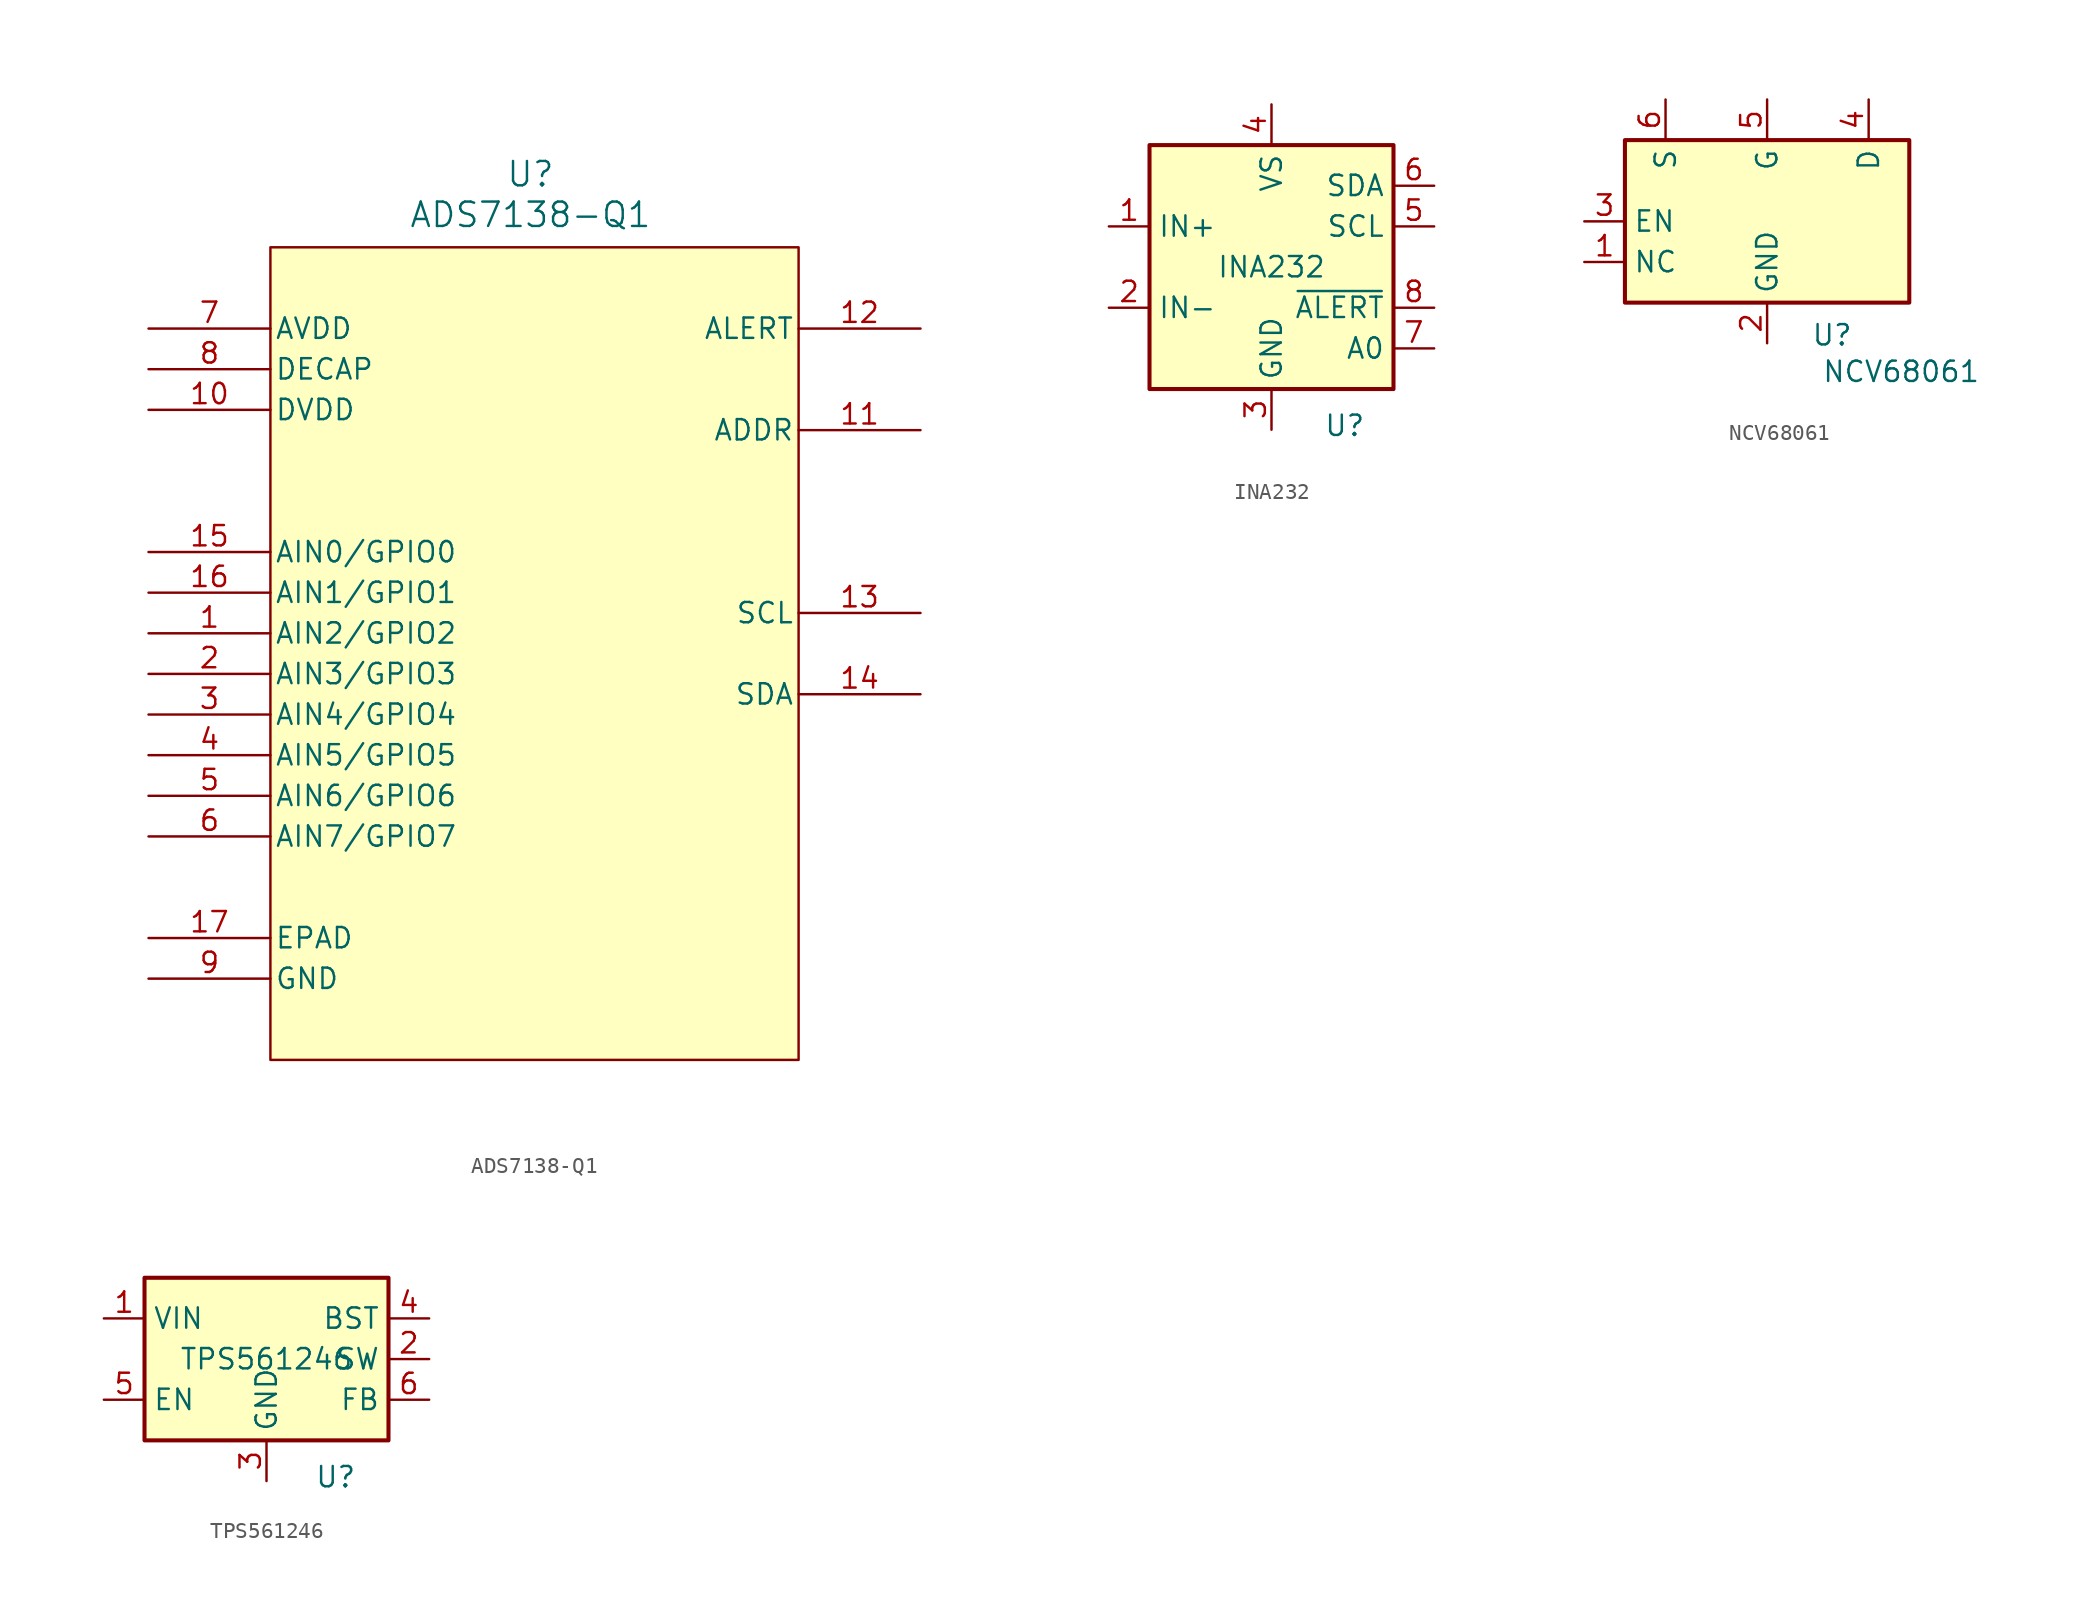
<source format=kicad_sym>
(kicad_symbol_lib
  (version 20241209)
  (generator "kicad_symbol_editor")
  (generator_version "9.0")
  (symbol "ADS7138-Q1"
    (pin_names
      (offset 0.254))
    (property "Reference" "U"
      (at 23.876 9.652 0)
      (effects (font (size 1.524 1.524))))
    (property "Value" "ADS7138-Q1"
      (at 23.876 7.112 0)
      (effects (font (size 1.524 1.524))))
    (symbol "ADS7138-Q1_0_1"
      (pin power_in line (at 0 0 0) (length 7.62) (name "AVDD" (effects (font (size 1.27 1.27)))) (number "7" (effects (font (size 1.27 1.27)))))
      (pin power_in line (at 0 -2.54 0) (length 7.62) (name "DECAP" (effects (font (size 1.27 1.27)))) (number "8" (effects (font (size 1.27 1.27)))))
      (pin power_in line (at 0 -5.08 0) (length 7.62) (name "DVDD" (effects (font (size 1.27 1.27)))) (number "10" (effects (font (size 1.27 1.27)))))
      (pin bidirectional line (at 0 -13.97 0) (length 7.62) (name "AIN0/GPIO0" (effects (font (size 1.27 1.27)))) (number "15" (effects (font (size 1.27 1.27)))))
      (pin bidirectional line (at 0 -16.51 0) (length 7.62) (name "AIN1/GPIO1" (effects (font (size 1.27 1.27)))) (number "16" (effects (font (size 1.27 1.27)))))
      (pin bidirectional line (at 0 -19.05 0) (length 7.62) (name "AIN2/GPIO2" (effects (font (size 1.27 1.27)))) (number "1" (effects (font (size 1.27 1.27)))))
      (pin bidirectional line (at 0 -21.59 0) (length 7.62) (name "AIN3/GPIO3" (effects (font (size 1.27 1.27)))) (number "2" (effects (font (size 1.27 1.27)))))
      (pin bidirectional line (at 0 -24.13 0) (length 7.62) (name "AIN4/GPIO4" (effects (font (size 1.27 1.27)))) (number "3" (effects (font (size 1.27 1.27)))))
      (pin bidirectional line (at 0 -26.67 0) (length 7.62) (name "AIN5/GPIO5" (effects (font (size 1.27 1.27)))) (number "4" (effects (font (size 1.27 1.27)))))
      (pin bidirectional line (at 0 -29.21 0) (length 7.62) (name "AIN6/GPIO6" (effects (font (size 1.27 1.27)))) (number "5" (effects (font (size 1.27 1.27)))))
      (pin bidirectional line (at 0 -31.75 0) (length 7.62) (name "AIN7/GPIO7" (effects (font (size 1.27 1.27)))) (number "6" (effects (font (size 1.27 1.27)))))
      (pin power_out line (at 0 -38.1 0) (length 7.62) (name "EPAD" (effects (font (size 1.27 1.27)))) (number "17" (effects (font (size 1.27 1.27)))))
      (pin power_out line (at 0 -40.64 0) (length 7.62) (name "GND" (effects (font (size 1.27 1.27)))) (number "9" (effects (font (size 1.27 1.27)))))
      (pin output line (at 48.26 0 180) (length 7.62) (name "ALERT" (effects (font (size 1.27 1.27)))) (number "12" (effects (font (size 1.27 1.27)))))
      (pin input line (at 48.26 -6.35 180) (length 7.62) (name "ADDR" (effects (font (size 1.27 1.27)))) (number "11" (effects (font (size 1.27 1.27)))))
      (pin input line (at 48.26 -17.78 180) (length 7.62) (name "SCL" (effects (font (size 1.27 1.27)))) (number "13" (effects (font (size 1.27 1.27)))))
      (pin bidirectional line (at 48.26 -22.86 180) (length 7.62) (name "SDA" (effects (font (size 1.27 1.27)))) (number "14" (effects (font (size 1.27 1.27))))))
    (symbol "ADS7138-Q1_1_1"
      (rectangle (start 7.62 5.08) (end 40.64 -45.72) (stroke (width 0) (type solid)) (fill (type background)))))
  (symbol "INA232"
    (property "Reference" "U"
      (at 4.572 -9.906 0)
      (effects (font (size 1.27 1.27))))
    (property "Value" "INA232"
      (at 0 0 0)
      (effects (font (size 1.27 1.27))))
    (symbol "INA232_0_1"
      (rectangle (start -7.62 7.62) (end 7.62 -7.62) (stroke (width 0.254) (type default)) (fill (type background))))
    (symbol "INA232_1_1"
      (pin input line (at -10.16 2.54 0) (length 2.54) (name "IN+" (effects (font (size 1.27 1.27)))) (number "1" (effects (font (size 1.27 1.27)))))
      (pin input line (at -10.16 -2.54 0) (length 2.54) (name "IN-" (effects (font (size 1.27 1.27)))) (number "2" (effects (font (size 1.27 1.27)))))
      (pin power_in line (at 0 10.16 270) (length 2.54) (name "VS" (effects (font (size 1.27 1.27)))) (number "4" (effects (font (size 1.27 1.27)))))
      (pin power_in line (at 0 -10.16 90) (length 2.54) (name "GND" (effects (font (size 1.27 1.27)))) (number "3" (effects (font (size 1.27 1.27)))))
      (pin bidirectional line (at 10.16 5.08 180) (length 2.54) (name "SDA" (effects (font (size 1.27 1.27)))) (number "6" (effects (font (size 1.27 1.27)))))
      (pin input line (at 10.16 2.54 180) (length 2.54) (name "SCL" (effects (font (size 1.27 1.27)))) (number "5" (effects (font (size 1.27 1.27)))))
      (pin open_collector line (at 10.16 -2.54 180) (length 2.54) (name "~{ALERT}" (effects (font (size 1.27 1.27)))) (number "8" (effects (font (size 1.27 1.27)))) (alternate "ALERT" open_collector line))
      (pin input line (at 10.16 -5.08 180) (length 2.54) (name "A0" (effects (font (size 1.27 1.27)))) (number "7" (effects (font (size 1.27 1.27)))))))
  (symbol "NCV68061"
    (property "Reference" "U"
      (at 4.064 -7.112 0)
      (effects (font (size 1.27 1.27))))
    (property "Value" "NCV68061"
      (at 8.382 -9.398 0)
      (effects (font (size 1.27 1.27))))
    (symbol "NCV68061_0_1"
      (rectangle (start -8.89 5.08) (end 8.89 -5.08) (stroke (width 0.254) (type default)) (fill (type background))))
    (symbol "NCV68061_1_1"
      (pin input line (at -11.43 0 0) (length 2.54) (name "EN" (effects (font (size 1.27 1.27)))) (number "3" (effects (font (size 1.27 1.27)))))
      (pin passive line (at -11.43 -2.54 0) (length 2.54) (name "NC" (effects (font (size 1.27 1.27)))) (number "1" (effects (font (size 1.27 1.27)))))
      (pin power_in line (at -6.35 7.62 270) (length 2.54) (name "S" (effects (font (size 1.27 1.27)))) (number "6" (effects (font (size 1.27 1.27)))))
      (pin output line (at 0 7.62 270) (length 2.54) (name "G" (effects (font (size 1.27 1.27)))) (number "5" (effects (font (size 1.27 1.27)))))
      (pin power_in line (at 0 -7.62 90) (length 2.54) (name "GND" (effects (font (size 1.27 1.27)))) (number "2" (effects (font (size 1.27 1.27)))))
      (pin input line (at 6.35 7.62 270) (length 2.54) (name "D" (effects (font (size 1.27 1.27)))) (number "4" (effects (font (size 1.27 1.27)))))))
  (symbol "TPS561246"
    (property "Reference" "U"
      (at 4.318 -7.366 0)
      (effects (font (size 1.27 1.27))))
    (property "Value" "TPS561246"
      (at 0 0 0)
      (effects (font (size 1.27 1.27))))
    (symbol "TPS561246_0_1"
      (rectangle (start -7.62 5.08) (end 7.62 -5.08) (stroke (width 0.254) (type default)) (fill (type background))))
    (symbol "TPS561246_1_1"
      (pin power_in line (at -10.16 2.54 0) (length 2.54) (name "VIN" (effects (font (size 1.27 1.27)))) (number "1" (effects (font (size 1.27 1.27)))))
      (pin input line (at -10.16 -2.54 0) (length 2.54) (name "EN" (effects (font (size 1.27 1.27)))) (number "5" (effects (font (size 1.27 1.27)))))
      (pin power_in line (at 0 -7.62 90) (length 2.54) (name "GND" (effects (font (size 1.27 1.27)))) (number "3" (effects (font (size 1.27 1.27)))))
      (pin passive line (at 10.16 2.54 180) (length 2.54) (name "BST" (effects (font (size 1.27 1.27)))) (number "4" (effects (font (size 1.27 1.27)))))
      (pin power_out line (at 10.16 0 180) (length 2.54) (name "SW" (effects (font (size 1.27 1.27)))) (number "2" (effects (font (size 1.27 1.27)))))
      (pin input line (at 10.16 -2.54 180) (length 2.54) (name "FB" (effects (font (size 1.27 1.27)))) (number "6" (effects (font (size 1.27 1.27))))))))
</source>
